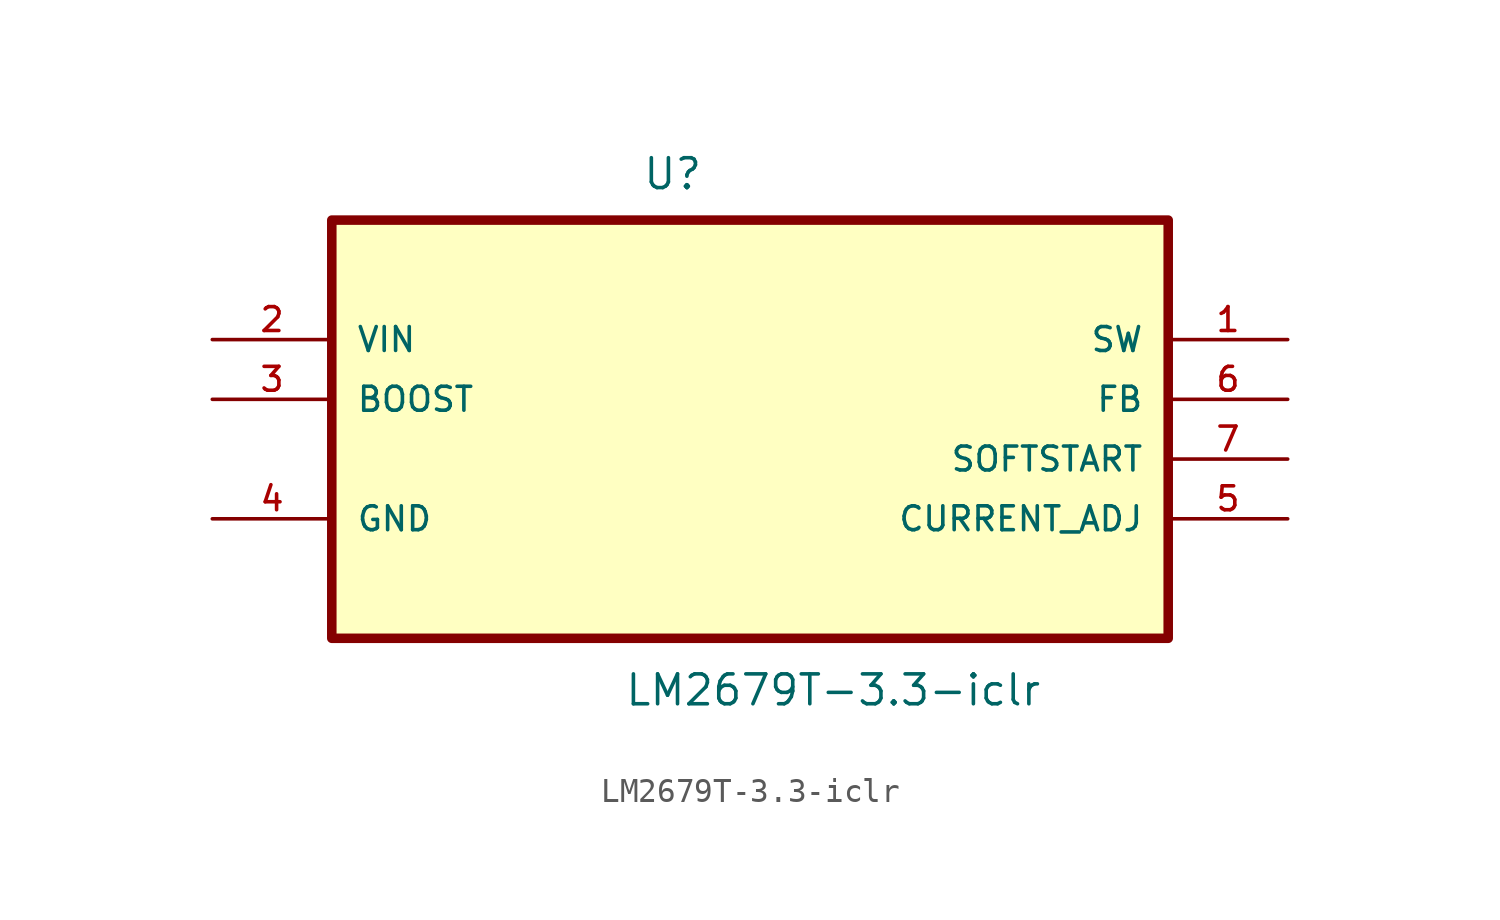
<source format=kicad_sym>
(kicad_symbol_lib
  (version 20211014)
  (generator kicad_symbol_editor)
  (symbol "LM2679T-3.3-iclr"
    (pin_names
      (offset 1.016))
    (property "Reference" "U"
      (at -4.597 6.299 0)
      (effects (font (size 1.27 1.27)) (justify left bottom)))
    (property "Value" "LM2679T-3.3-iclr"
      (at -5.359 -15.646 0)
      (effects (font (size 1.27 1.27)) (justify left bottom)))
    (property "ki_locked" ""
      (at 0 0 0)
      (effects (font (size 1.27 1.27))))
    (symbol "LM2679T-3.3-iclr_0_0"
      (rectangle (start -17.78 -12.7) (end 17.78 5.08) (stroke (width 0.406) (type default) (color 0 0 0 0)) (fill (type background)))
      (pin output line (at 22.86 0 180) (length 5.08) (name "SW" (effects (font (size 1.016 1.016)))) (number "1" (effects (font (size 1.016 1.016)))))
      (pin input line (at -22.86 0 0) (length 5.08) (name "VIN" (effects (font (size 1.016 1.016)))) (number "2" (effects (font (size 1.016 1.016)))))
      (pin passive line (at -22.86 -2.54 0) (length 5.08) (name "BOOST" (effects (font (size 1.016 1.016)))) (number "3" (effects (font (size 1.016 1.016)))))
      (pin passive line (at -22.86 -7.62 0) (length 5.08) (name "GND" (effects (font (size 1.016 1.016)))) (number "4" (effects (font (size 1.016 1.016)))))
      (pin passive line (at 22.86 -7.62 180) (length 5.08) (name "CURRENT_ADJ" (effects (font (size 1.016 1.016)))) (number "5" (effects (font (size 1.016 1.016)))))
      (pin passive line (at 22.86 -2.54 180) (length 5.08) (name "FB" (effects (font (size 1.016 1.016)))) (number "6" (effects (font (size 1.016 1.016)))))
      (pin passive line (at 22.86 -5.08 180) (length 5.08) (name "SOFTSTART" (effects (font (size 1.016 1.016)))) (number "7" (effects (font (size 1.016 1.016))))))))
</source>
